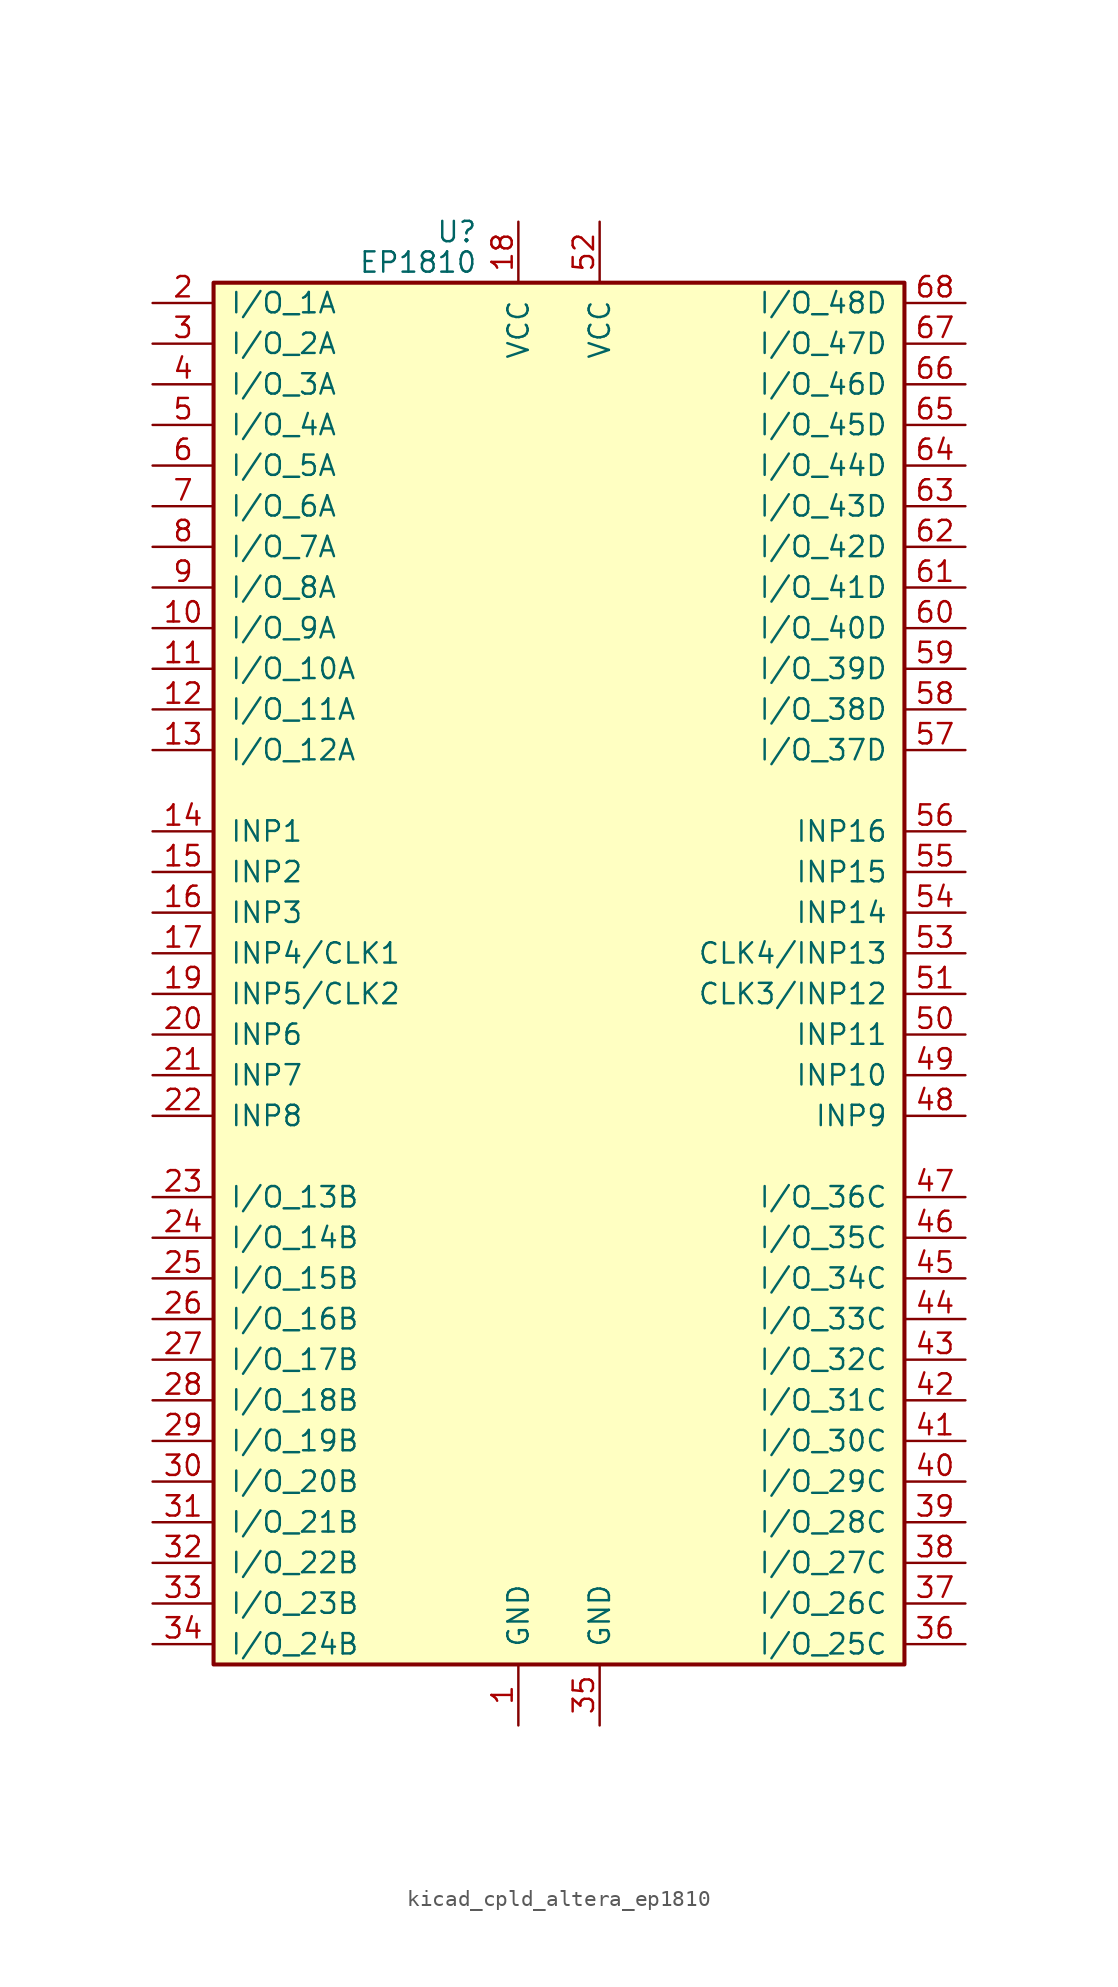
<source format=kicad_sym>
(kicad_symbol_lib
  (version 20220914)
  (generator kicad_symbol_editor)
  (symbol "kicad_cpld_altera_ep1810"
    (pin_names
      (offset 1.016))
    (property "Reference" "U"
      (at -5.08 47.625 0)
      (effects (font (size 1.27 1.27)) (justify right)))
    (property "Value" "EP1810"
      (at -5.08 45.72 0)
      (effects (font (size 1.27 1.27)) (justify right)))
    (symbol "kicad_cpld_altera_ep1810_0_1"
      (rectangle (start -21.59 -41.91) (end 21.59 44.45) (stroke (width 0.254) (type default)) (fill (type background))))
    (symbol "kicad_cpld_altera_ep1810_1_1"
      (pin power_in line (at -2.54 -45.72 90) (length 3.81) (name "GND" (effects (font (size 1.27 1.27)))) (number "1" (effects (font (size 1.27 1.27)))))
      (pin input line (at -25.4 22.86 0) (length 3.81) (name "I/O_9A" (effects (font (size 1.27 1.27)))) (number "10" (effects (font (size 1.27 1.27)))))
      (pin input line (at -25.4 20.32 0) (length 3.81) (name "I/O_10A" (effects (font (size 1.27 1.27)))) (number "11" (effects (font (size 1.27 1.27)))))
      (pin input line (at -25.4 17.78 0) (length 3.81) (name "I/O_11A" (effects (font (size 1.27 1.27)))) (number "12" (effects (font (size 1.27 1.27)))))
      (pin input line (at -25.4 15.24 0) (length 3.81) (name "I/O_12A" (effects (font (size 1.27 1.27)))) (number "13" (effects (font (size 1.27 1.27)))))
      (pin input line (at -25.4 10.16 0) (length 3.81) (name "INP1" (effects (font (size 1.27 1.27)))) (number "14" (effects (font (size 1.27 1.27)))))
      (pin input line (at -25.4 7.62 0) (length 3.81) (name "INP2" (effects (font (size 1.27 1.27)))) (number "15" (effects (font (size 1.27 1.27)))))
      (pin input line (at -25.4 5.08 0) (length 3.81) (name "INP3" (effects (font (size 1.27 1.27)))) (number "16" (effects (font (size 1.27 1.27)))))
      (pin input line (at -25.4 2.54 0) (length 3.81) (name "INP4/CLK1" (effects (font (size 1.27 1.27)))) (number "17" (effects (font (size 1.27 1.27)))))
      (pin power_in line (at -2.54 48.26 270) (length 3.81) (name "VCC" (effects (font (size 1.27 1.27)))) (number "18" (effects (font (size 1.27 1.27)))))
      (pin input line (at -25.4 0 0) (length 3.81) (name "INP5/CLK2" (effects (font (size 1.27 1.27)))) (number "19" (effects (font (size 1.27 1.27)))))
      (pin input line (at -25.4 43.18 0) (length 3.81) (name "I/O_1A" (effects (font (size 1.27 1.27)))) (number "2" (effects (font (size 1.27 1.27)))))
      (pin input line (at -25.4 -2.54 0) (length 3.81) (name "INP6" (effects (font (size 1.27 1.27)))) (number "20" (effects (font (size 1.27 1.27)))))
      (pin input line (at -25.4 -5.08 0) (length 3.81) (name "INP7" (effects (font (size 1.27 1.27)))) (number "21" (effects (font (size 1.27 1.27)))))
      (pin input line (at -25.4 -7.62 0) (length 3.81) (name "INP8" (effects (font (size 1.27 1.27)))) (number "22" (effects (font (size 1.27 1.27)))))
      (pin input line (at -25.4 -12.7 0) (length 3.81) (name "I/O_13B" (effects (font (size 1.27 1.27)))) (number "23" (effects (font (size 1.27 1.27)))))
      (pin input line (at -25.4 -15.24 0) (length 3.81) (name "I/O_14B" (effects (font (size 1.27 1.27)))) (number "24" (effects (font (size 1.27 1.27)))))
      (pin input line (at -25.4 -17.78 0) (length 3.81) (name "I/O_15B" (effects (font (size 1.27 1.27)))) (number "25" (effects (font (size 1.27 1.27)))))
      (pin input line (at -25.4 -20.32 0) (length 3.81) (name "I/O_16B" (effects (font (size 1.27 1.27)))) (number "26" (effects (font (size 1.27 1.27)))))
      (pin input line (at -25.4 -22.86 0) (length 3.81) (name "I/O_17B" (effects (font (size 1.27 1.27)))) (number "27" (effects (font (size 1.27 1.27)))))
      (pin input line (at -25.4 -25.4 0) (length 3.81) (name "I/O_18B" (effects (font (size 1.27 1.27)))) (number "28" (effects (font (size 1.27 1.27)))))
      (pin input line (at -25.4 -27.94 0) (length 3.81) (name "I/O_19B" (effects (font (size 1.27 1.27)))) (number "29" (effects (font (size 1.27 1.27)))))
      (pin input line (at -25.4 40.64 0) (length 3.81) (name "I/O_2A" (effects (font (size 1.27 1.27)))) (number "3" (effects (font (size 1.27 1.27)))))
      (pin input line (at -25.4 -30.48 0) (length 3.81) (name "I/O_20B" (effects (font (size 1.27 1.27)))) (number "30" (effects (font (size 1.27 1.27)))))
      (pin input line (at -25.4 -33.02 0) (length 3.81) (name "I/O_21B" (effects (font (size 1.27 1.27)))) (number "31" (effects (font (size 1.27 1.27)))))
      (pin input line (at -25.4 -35.56 0) (length 3.81) (name "I/O_22B" (effects (font (size 1.27 1.27)))) (number "32" (effects (font (size 1.27 1.27)))))
      (pin input line (at -25.4 -38.1 0) (length 3.81) (name "I/O_23B" (effects (font (size 1.27 1.27)))) (number "33" (effects (font (size 1.27 1.27)))))
      (pin input line (at -25.4 -40.64 0) (length 3.81) (name "I/O_24B" (effects (font (size 1.27 1.27)))) (number "34" (effects (font (size 1.27 1.27)))))
      (pin power_in line (at 2.54 -45.72 90) (length 3.81) (name "GND" (effects (font (size 1.27 1.27)))) (number "35" (effects (font (size 1.27 1.27)))))
      (pin input line (at 25.4 -40.64 180) (length 3.81) (name "I/O_25C" (effects (font (size 1.27 1.27)))) (number "36" (effects (font (size 1.27 1.27)))))
      (pin input line (at 25.4 -38.1 180) (length 3.81) (name "I/O_26C" (effects (font (size 1.27 1.27)))) (number "37" (effects (font (size 1.27 1.27)))))
      (pin input line (at 25.4 -35.56 180) (length 3.81) (name "I/O_27C" (effects (font (size 1.27 1.27)))) (number "38" (effects (font (size 1.27 1.27)))))
      (pin input line (at 25.4 -33.02 180) (length 3.81) (name "I/O_28C" (effects (font (size 1.27 1.27)))) (number "39" (effects (font (size 1.27 1.27)))))
      (pin input line (at -25.4 38.1 0) (length 3.81) (name "I/O_3A" (effects (font (size 1.27 1.27)))) (number "4" (effects (font (size 1.27 1.27)))))
      (pin input line (at 25.4 -30.48 180) (length 3.81) (name "I/O_29C" (effects (font (size 1.27 1.27)))) (number "40" (effects (font (size 1.27 1.27)))))
      (pin input line (at 25.4 -27.94 180) (length 3.81) (name "I/O_30C" (effects (font (size 1.27 1.27)))) (number "41" (effects (font (size 1.27 1.27)))))
      (pin input line (at 25.4 -25.4 180) (length 3.81) (name "I/O_31C" (effects (font (size 1.27 1.27)))) (number "42" (effects (font (size 1.27 1.27)))))
      (pin input line (at 25.4 -22.86 180) (length 3.81) (name "I/O_32C" (effects (font (size 1.27 1.27)))) (number "43" (effects (font (size 1.27 1.27)))))
      (pin input line (at 25.4 -20.32 180) (length 3.81) (name "I/O_33C" (effects (font (size 1.27 1.27)))) (number "44" (effects (font (size 1.27 1.27)))))
      (pin input line (at 25.4 -17.78 180) (length 3.81) (name "I/O_34C" (effects (font (size 1.27 1.27)))) (number "45" (effects (font (size 1.27 1.27)))))
      (pin input line (at 25.4 -15.24 180) (length 3.81) (name "I/O_35C" (effects (font (size 1.27 1.27)))) (number "46" (effects (font (size 1.27 1.27)))))
      (pin input line (at 25.4 -12.7 180) (length 3.81) (name "I/O_36C" (effects (font (size 1.27 1.27)))) (number "47" (effects (font (size 1.27 1.27)))))
      (pin input line (at 25.4 -7.62 180) (length 3.81) (name "INP9" (effects (font (size 1.27 1.27)))) (number "48" (effects (font (size 1.27 1.27)))))
      (pin input line (at 25.4 -5.08 180) (length 3.81) (name "INP10" (effects (font (size 1.27 1.27)))) (number "49" (effects (font (size 1.27 1.27)))))
      (pin input line (at -25.4 35.56 0) (length 3.81) (name "I/O_4A" (effects (font (size 1.27 1.27)))) (number "5" (effects (font (size 1.27 1.27)))))
      (pin input line (at 25.4 -2.54 180) (length 3.81) (name "INP11" (effects (font (size 1.27 1.27)))) (number "50" (effects (font (size 1.27 1.27)))))
      (pin input line (at 25.4 0 180) (length 3.81) (name "CLK3/INP12" (effects (font (size 1.27 1.27)))) (number "51" (effects (font (size 1.27 1.27)))))
      (pin power_in line (at 2.54 48.26 270) (length 3.81) (name "VCC" (effects (font (size 1.27 1.27)))) (number "52" (effects (font (size 1.27 1.27)))))
      (pin input line (at 25.4 2.54 180) (length 3.81) (name "CLK4/INP13" (effects (font (size 1.27 1.27)))) (number "53" (effects (font (size 1.27 1.27)))))
      (pin input line (at 25.4 5.08 180) (length 3.81) (name "INP14" (effects (font (size 1.27 1.27)))) (number "54" (effects (font (size 1.27 1.27)))))
      (pin input line (at 25.4 7.62 180) (length 3.81) (name "INP15" (effects (font (size 1.27 1.27)))) (number "55" (effects (font (size 1.27 1.27)))))
      (pin input line (at 25.4 10.16 180) (length 3.81) (name "INP16" (effects (font (size 1.27 1.27)))) (number "56" (effects (font (size 1.27 1.27)))))
      (pin input line (at 25.4 15.24 180) (length 3.81) (name "I/O_37D" (effects (font (size 1.27 1.27)))) (number "57" (effects (font (size 1.27 1.27)))))
      (pin input line (at 25.4 17.78 180) (length 3.81) (name "I/O_38D" (effects (font (size 1.27 1.27)))) (number "58" (effects (font (size 1.27 1.27)))))
      (pin input line (at 25.4 20.32 180) (length 3.81) (name "I/O_39D" (effects (font (size 1.27 1.27)))) (number "59" (effects (font (size 1.27 1.27)))))
      (pin input line (at -25.4 33.02 0) (length 3.81) (name "I/O_5A" (effects (font (size 1.27 1.27)))) (number "6" (effects (font (size 1.27 1.27)))))
      (pin input line (at 25.4 22.86 180) (length 3.81) (name "I/O_40D" (effects (font (size 1.27 1.27)))) (number "60" (effects (font (size 1.27 1.27)))))
      (pin input line (at 25.4 25.4 180) (length 3.81) (name "I/O_41D" (effects (font (size 1.27 1.27)))) (number "61" (effects (font (size 1.27 1.27)))))
      (pin input line (at 25.4 27.94 180) (length 3.81) (name "I/O_42D" (effects (font (size 1.27 1.27)))) (number "62" (effects (font (size 1.27 1.27)))))
      (pin input line (at 25.4 30.48 180) (length 3.81) (name "I/O_43D" (effects (font (size 1.27 1.27)))) (number "63" (effects (font (size 1.27 1.27)))))
      (pin input line (at 25.4 33.02 180) (length 3.81) (name "I/O_44D" (effects (font (size 1.27 1.27)))) (number "64" (effects (font (size 1.27 1.27)))))
      (pin input line (at 25.4 35.56 180) (length 3.81) (name "I/O_45D" (effects (font (size 1.27 1.27)))) (number "65" (effects (font (size 1.27 1.27)))))
      (pin input line (at 25.4 38.1 180) (length 3.81) (name "I/O_46D" (effects (font (size 1.27 1.27)))) (number "66" (effects (font (size 1.27 1.27)))))
      (pin input line (at 25.4 40.64 180) (length 3.81) (name "I/O_47D" (effects (font (size 1.27 1.27)))) (number "67" (effects (font (size 1.27 1.27)))))
      (pin input line (at 25.4 43.18 180) (length 3.81) (name "I/O_48D" (effects (font (size 1.27 1.27)))) (number "68" (effects (font (size 1.27 1.27)))))
      (pin input line (at -25.4 30.48 0) (length 3.81) (name "I/O_6A" (effects (font (size 1.27 1.27)))) (number "7" (effects (font (size 1.27 1.27)))))
      (pin input line (at -25.4 27.94 0) (length 3.81) (name "I/O_7A" (effects (font (size 1.27 1.27)))) (number "8" (effects (font (size 1.27 1.27)))))
      (pin input line (at -25.4 25.4 0) (length 3.81) (name "I/O_8A" (effects (font (size 1.27 1.27)))) (number "9" (effects (font (size 1.27 1.27))))))))
</source>
